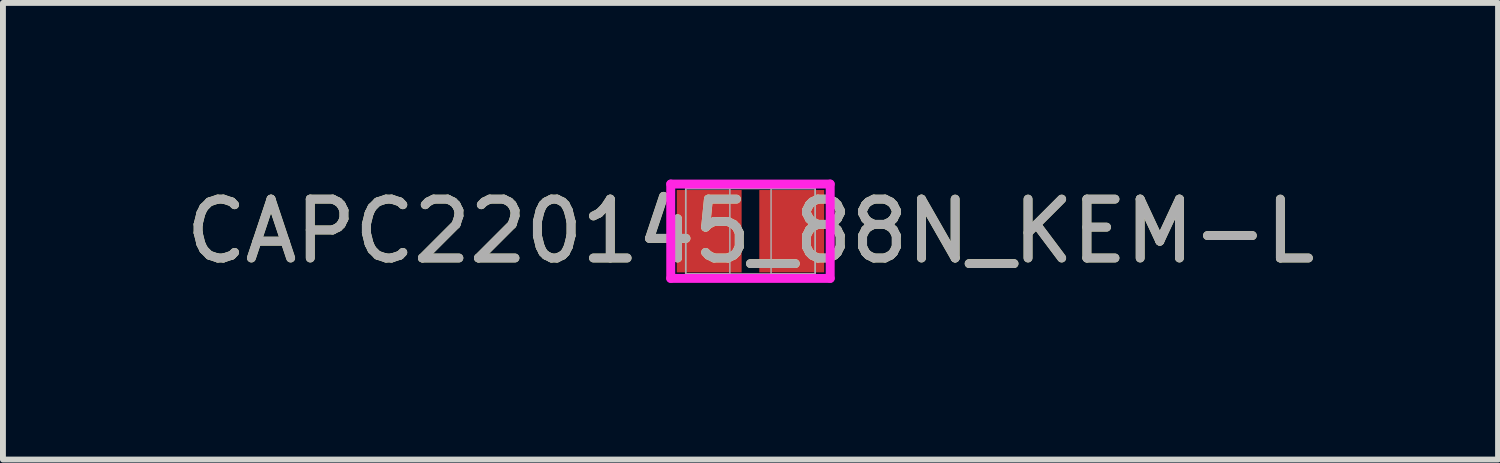
<source format=kicad_pcb>
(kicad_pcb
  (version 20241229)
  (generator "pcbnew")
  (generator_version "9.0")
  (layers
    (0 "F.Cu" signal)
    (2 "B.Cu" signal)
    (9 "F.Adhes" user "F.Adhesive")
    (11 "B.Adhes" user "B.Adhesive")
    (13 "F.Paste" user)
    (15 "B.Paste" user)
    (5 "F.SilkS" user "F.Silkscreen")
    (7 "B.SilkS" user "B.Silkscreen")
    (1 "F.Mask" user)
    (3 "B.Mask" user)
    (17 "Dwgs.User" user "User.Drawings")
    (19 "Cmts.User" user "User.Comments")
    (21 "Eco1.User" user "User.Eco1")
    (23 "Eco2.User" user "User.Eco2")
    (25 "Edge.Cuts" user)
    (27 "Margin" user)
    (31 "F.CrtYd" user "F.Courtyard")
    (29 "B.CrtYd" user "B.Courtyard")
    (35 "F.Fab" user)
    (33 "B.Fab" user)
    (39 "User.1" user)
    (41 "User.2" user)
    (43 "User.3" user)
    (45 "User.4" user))
  (footprint "CAPC220145_88N_KEM-L"
    (layer "F.Cu")
    (at 9.696 0.877)
    (property "Reference" "CAPC220145_88N_KEM-L" (at 0 0 0) (unlocked yes) (layer "F.SilkS") (effects (font (size 1 1) (thickness 0.15))))
    (attr smd)
    (fp_line (start -1.354 -0.801) (end 1.354 -0.801) (stroke (width 0.152) (type solid)) (layer "F.CrtYd"))
    (fp_line (start -1.354 0.801) (end -1.354 -0.801) (stroke (width 0.152) (type solid)) (layer "F.CrtYd"))
    (fp_line (start 1.354 -0.801) (end 1.354 0.801) (stroke (width 0.152) (type solid)) (layer "F.CrtYd"))
    (fp_line (start 1.354 0.801) (end -1.354 0.801) (stroke (width 0.152) (type solid)) (layer "F.CrtYd"))
    (fp_line (start -1.1 -0.725) (end -1.1 0.725) (stroke (width 0.025) (type solid)) (layer "F.Fab"))
    (fp_line (start -1.1 -0.725) (end -1.1 0.725) (stroke (width 0.025) (type solid)) (layer "F.Fab"))
    (fp_line (start -1.1 0.725) (end -0.35 0.725) (stroke (width 0.025) (type solid)) (layer "F.Fab"))
    (fp_line (start -1.1 0.725) (end 1.1 0.725) (stroke (width 0.025) (type solid)) (layer "F.Fab"))
    (fp_line (start -0.35 -0.725) (end -1.1 -0.725) (stroke (width 0.025) (type solid)) (layer "F.Fab"))
    (fp_line (start -0.35 0.725) (end -0.35 -0.725) (stroke (width 0.025) (type solid)) (layer "F.Fab"))
    (fp_line (start 0.35 -0.725) (end 0.35 0.725) (stroke (width 0.025) (type solid)) (layer "F.Fab"))
    (fp_line (start 0.35 0.725) (end 1.1 0.725) (stroke (width 0.025) (type solid)) (layer "F.Fab"))
    (fp_line (start 1.1 -0.725) (end -1.1 -0.725) (stroke (width 0.025) (type solid)) (layer "F.Fab"))
    (fp_line (start 1.1 -0.725) (end 0.35 -0.725) (stroke (width 0.025) (type solid)) (layer "F.Fab"))
    (fp_line (start 1.1 0.725) (end 1.1 -0.725) (stroke (width 0.025) (type solid)) (layer "F.Fab"))
    (fp_line (start 1.1 0.725) (end 1.1 -0.725) (stroke (width 0.025) (type solid)) (layer "F.Fab"))
    (fp_text user "${REFERENCE}" (at 0 0 0) (unlocked yes) (layer "F.Fab") (effects (font (size 1 1) (thickness 0.15))))
    (pad "1" smd rect (at -0.701 0) (size 1.102 1.399) (layers "F.Cu" "F.Mask" "F.Paste"))
    (pad "2" smd rect (at 0.701 0) (size 1.102 1.399) (layers "F.Cu" "F.Mask" "F.Paste"))
    (zone (net_name "") (layer "F.Cu") (hatch full 0.508) (connect_pads) (min_thickness 0.254) (filled_areas_thickness no) (keepout (tracks not_allowed) (vias not_allowed) (pads allowed) (copperpour not_allowed) (footprints allowed)) (placement (enabled no)) (fill) (polygon (pts (xy 9.597 0.203) (xy 9.796 0.203) (xy 9.796 1.552) (xy 9.597 1.552)))))
  (gr_rect
    (start -3 -3)
    (end 22.393 4.755)
    (stroke (width 0.1) (type default))
    (fill no)
    (layer "Edge.Cuts")))
</source>
